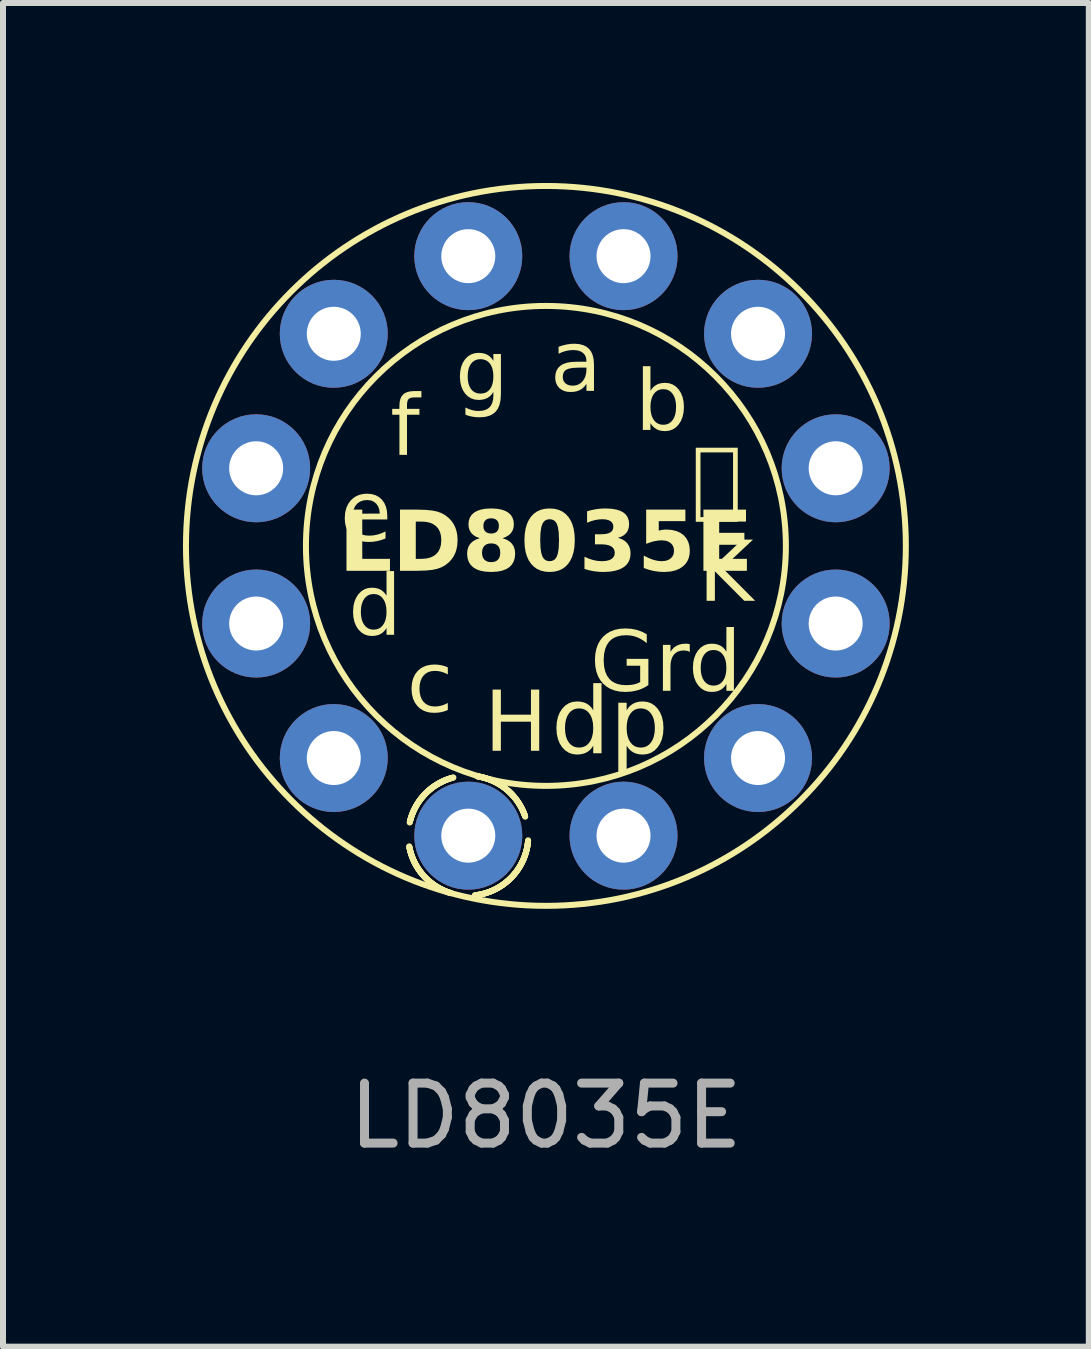
<source format=kicad_pcb>
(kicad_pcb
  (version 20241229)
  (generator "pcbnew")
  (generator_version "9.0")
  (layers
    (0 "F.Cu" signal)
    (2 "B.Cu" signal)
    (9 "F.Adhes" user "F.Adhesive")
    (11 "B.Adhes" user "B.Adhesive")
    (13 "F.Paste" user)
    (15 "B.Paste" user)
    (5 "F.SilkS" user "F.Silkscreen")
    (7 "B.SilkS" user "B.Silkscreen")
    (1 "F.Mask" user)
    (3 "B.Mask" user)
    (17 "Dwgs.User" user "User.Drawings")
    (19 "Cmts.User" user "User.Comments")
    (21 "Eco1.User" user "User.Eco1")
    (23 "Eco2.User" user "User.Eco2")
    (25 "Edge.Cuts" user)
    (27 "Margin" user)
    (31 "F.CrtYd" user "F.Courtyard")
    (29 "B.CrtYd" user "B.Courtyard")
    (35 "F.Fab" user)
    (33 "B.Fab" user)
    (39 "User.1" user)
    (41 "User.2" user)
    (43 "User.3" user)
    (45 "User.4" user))
  (footprint "LD8035E"
    (layer "F.Cu")
    (at 6.05 6.05)
    (property "Reference" "LD8035E" (at 0 0 0) (unlocked yes) (layer "F.SilkS") (effects (font (face "Arial") (size 1 1) (thickness 0.2) (bold yes))))
    (attr through_hole)
    (fp_circle (center -1.294 4.83) (end -0.359 5.186) (stroke (width 0.1) (type dash)) (fill no) (layer "F.SilkS"))
    (fp_circle (center 0 0) (end 4 0.042) (stroke (width 0.1) (type solid)) (fill no) (layer "F.SilkS"))
    (fp_circle (center 0 0) (end 6 0) (stroke (width 0.1) (type solid)) (fill no) (layer "F.SilkS"))
    (fp_text user "ー" (at 2.848 -1.067 0) (unlocked yes) (layer "F.SilkS") (effects (font (face "譀詂銤趏靰镗辀辑里⁍") (size 1 1) (thickness 0.1))))
    (fp_text user "Grd" (at 2 2 0) (unlocked yes) (layer "F.SilkS") (effects (font (face "Arial") (size 1 1) (thickness 0.125))))
    (fp_text user "d" (at -2.848 1.067 0) (unlocked yes) (layer "F.SilkS") (effects (font (face "Arial") (size 1 1) (thickness 0.1))))
    (fp_text user "a" (at 0.5 -3 0) (unlocked yes) (layer "F.SilkS") (effects (font (face "Arial") (size 1 1) (thickness 0.1))))
    (fp_text user "e" (at -3 -0.5 0) (unlocked yes) (layer "F.SilkS") (effects (font (face "Arial") (size 1 1) (thickness 0.1))))
    (fp_text user "c" (at -1.933 2.348 0) (unlocked yes) (layer "F.SilkS") (effects (font (face "Arial") (size 1 1) (thickness 0.1))))
    (fp_text user "dp" (at 1.067 3 0) (unlocked yes) (layer "F.SilkS") (effects (font (face "Arial") (size 1.1 1.1) (thickness 0.1))))
    (fp_text user "b" (at 1.933 -2.348 0) (unlocked yes) (layer "F.SilkS") (effects (font (face "Arial") (size 1 1) (thickness 0.1))))
    (fp_text user "K" (at 3 0.5 0) (unlocked yes) (layer "F.SilkS") (effects (font (face "Arial") (size 1 1) (thickness 0.1))))
    (fp_text user "g" (at -1.067 -2.848 0) (unlocked yes) (layer "F.SilkS") (effects (font (face "Arial") (size 1 1) (thickness 0.1))))
    (fp_text user "H" (at -0.5 3 0) (unlocked yes) (layer "F.SilkS") (effects (font (face "Arial") (size 1 1) (thickness 0.1))))
    (fp_text user "f" (at -2.348 -1.933 0) (unlocked yes) (layer "F.SilkS") (effects (font (face "Arial") (size 1 1) (thickness 0.1))))
    (fp_text user "${REFERENCE}" (at 0 9.5 0) (unlocked yes) (layer "F.Fab") (effects (font (size 1 1) (thickness 0.15))))
    (pad "-" thru_hole circle (at 4.83 -1.294 330) (size 1.8 1.8) (drill 0.9) (layers "*.Cu" "*.Mask"))
    (pad "G" thru_hole circle (at 3.536 3.536 330) (size 1.8 1.8) (drill 0.9) (layers "*.Cu" "*.Mask"))
    (pad "H" thru_hole circle (at -1.294 4.83 330) (size 1.8 1.8) (drill 0.9) (layers "*.Cu" "*.Mask"))
    (pad "K" thru_hole circle (at 4.83 1.294 330) (size 1.8 1.8) (drill 0.9) (layers "*.Cu" "*.Mask"))
    (pad "a" thru_hole circle (at 1.294 -4.83 330) (size 1.8 1.8) (drill 0.9) (layers "*.Cu" "*.Mask"))
    (pad "b" thru_hole circle (at 3.536 -3.536 330) (size 1.8 1.8) (drill 0.9) (layers "*.Cu" "*.Mask"))
    (pad "c" thru_hole circle (at -3.536 3.536 330) (size 1.8 1.8) (drill 0.9) (layers "*.Cu" "*.Mask"))
    (pad "d" thru_hole circle (at -4.83 1.294 330) (size 1.8 1.8) (drill 0.9) (layers "*.Cu" "*.Mask"))
    (pad "dp" thru_hole circle (at 1.294 4.83 330) (size 1.8 1.8) (drill 0.9) (layers "*.Cu" "*.Mask"))
    (pad "e" thru_hole circle (at -4.83 -1.294 330) (size 1.8 1.8) (drill 0.9) (layers "*.Cu" "*.Mask"))
    (pad "f" thru_hole circle (at -3.536 -3.536 330) (size 1.8 1.8) (drill 0.9) (layers "*.Cu" "*.Mask"))
    (pad "g" thru_hole circle (at -1.294 -4.83 330) (size 1.8 1.8) (drill 0.9) (layers "*.Cu" "*.Mask")))
  (gr_rect
    (start -3 -3)
    (end 15.1 19.398)
    (stroke (width 0.1) (type default))
    (fill no)
    (layer "Edge.Cuts")))
</source>
